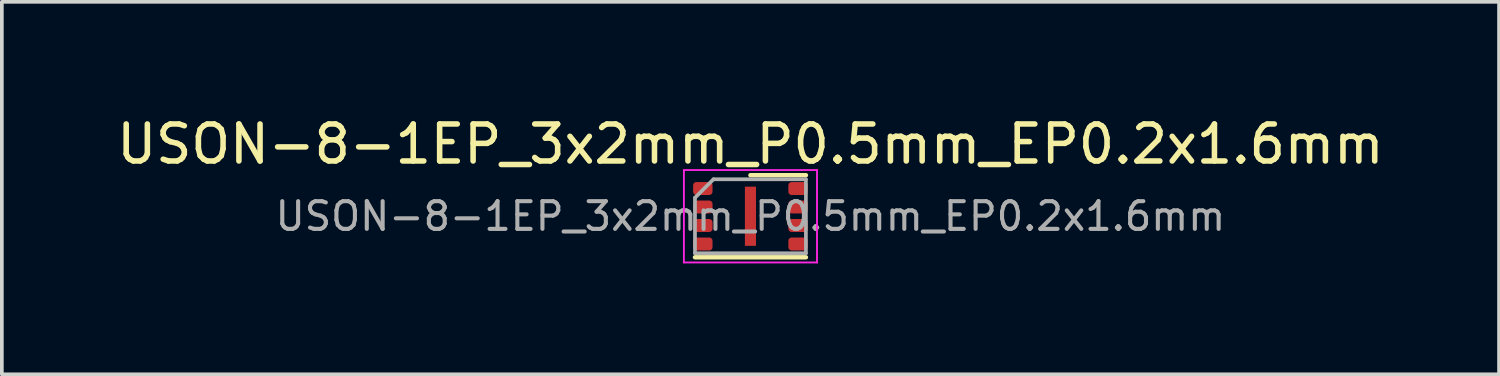
<source format=kicad_pcb>
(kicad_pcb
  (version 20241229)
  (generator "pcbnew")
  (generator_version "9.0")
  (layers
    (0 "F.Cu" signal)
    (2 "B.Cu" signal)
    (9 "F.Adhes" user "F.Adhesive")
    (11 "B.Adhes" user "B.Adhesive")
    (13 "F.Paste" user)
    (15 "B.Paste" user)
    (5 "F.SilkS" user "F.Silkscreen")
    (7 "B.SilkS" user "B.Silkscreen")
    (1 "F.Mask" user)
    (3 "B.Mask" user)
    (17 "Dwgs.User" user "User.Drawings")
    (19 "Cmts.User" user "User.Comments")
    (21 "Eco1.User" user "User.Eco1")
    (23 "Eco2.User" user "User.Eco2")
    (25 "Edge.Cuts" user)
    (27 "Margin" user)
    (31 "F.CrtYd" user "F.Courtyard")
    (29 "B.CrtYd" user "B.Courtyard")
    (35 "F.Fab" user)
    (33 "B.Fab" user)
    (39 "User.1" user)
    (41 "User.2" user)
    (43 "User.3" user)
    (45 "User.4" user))
  (footprint "USON-8-1EP_3x2mm_P0.5mm_EP0.2x1.6mm"
    (layer "F.Cu")
    (at 17.244 2.798)
    (property "Reference" "USON-8-1EP_3x2mm_P0.5mm_EP0.2x1.6mm" (at 0 -1.95 0) (layer "F.SilkS") (effects (font (size 1 1) (thickness 0.15))))
    (attr smd)
    (fp_line (start -1.5 1.11) (end 1.5 1.11) (stroke (width 0.12) (type solid)) (layer "F.SilkS"))
    (fp_line (start 0 -1.11) (end 1.5 -1.11) (stroke (width 0.12) (type solid)) (layer "F.SilkS"))
    (fp_line (start -1.8 -1.25) (end -1.8 1.25) (stroke (width 0.05) (type solid)) (layer "F.CrtYd"))
    (fp_line (start -1.8 1.25) (end 1.8 1.25) (stroke (width 0.05) (type solid)) (layer "F.CrtYd"))
    (fp_line (start 1.8 -1.25) (end -1.8 -1.25) (stroke (width 0.05) (type solid)) (layer "F.CrtYd"))
    (fp_line (start 1.8 1.25) (end 1.8 -1.25) (stroke (width 0.05) (type solid)) (layer "F.CrtYd"))
    (fp_line (start -1.5 -0.5) (end -1 -1) (stroke (width 0.1) (type solid)) (layer "F.Fab"))
    (fp_line (start -1.5 1) (end -1.5 -0.5) (stroke (width 0.1) (type solid)) (layer "F.Fab"))
    (fp_line (start -1 -1) (end 1.5 -1) (stroke (width 0.1) (type solid)) (layer "F.Fab"))
    (fp_line (start 1.5 -1) (end 1.5 1) (stroke (width 0.1) (type solid)) (layer "F.Fab"))
    (fp_line (start 1.5 1) (end -1.5 1) (stroke (width 0.1) (type solid)) (layer "F.Fab"))
    (fp_text user "${REFERENCE}" (at 0 0 0) (layer "F.Fab") (effects (font (size 0.75 0.75) (thickness 0.11))))
    (pad "1" smd roundrect (at -1.288 -0.75) (size 0.525 0.35) (layers "F.Cu" "F.Mask" "F.Paste") (roundrect_rratio 0.25))
    (pad "2" smd roundrect (at -1.288 -0.25) (size 0.525 0.35) (layers "F.Cu" "F.Mask" "F.Paste") (roundrect_rratio 0.25))
    (pad "3" smd roundrect (at -1.288 0.25) (size 0.525 0.35) (layers "F.Cu" "F.Mask" "F.Paste") (roundrect_rratio 0.25))
    (pad "4" smd roundrect (at -1.288 0.75) (size 0.525 0.35) (layers "F.Cu" "F.Mask" "F.Paste") (roundrect_rratio 0.25))
    (pad "5" smd roundrect (at 1.288 0.75) (size 0.525 0.35) (layers "F.Cu" "F.Mask" "F.Paste") (roundrect_rratio 0.25))
    (pad "6" smd roundrect (at 1.288 0.25) (size 0.525 0.35) (layers "F.Cu" "F.Mask" "F.Paste") (roundrect_rratio 0.25))
    (pad "7" smd roundrect (at 1.288 -0.25) (size 0.525 0.35) (layers "F.Cu" "F.Mask" "F.Paste") (roundrect_rratio 0.25))
    (pad "8" smd roundrect (at 1.288 -0.75) (size 0.525 0.35) (layers "F.Cu" "F.Mask" "F.Paste") (roundrect_rratio 0.25))
    (pad "9" smd rect (at 0 0) (size 0.3 1.6) (layers "F.Cu" "F.Mask" "F.Paste")))
  (gr_rect
    (start -3 -3)
    (end 37.488 7.073)
    (stroke (width 0.1) (type default))
    (fill no)
    (layer "Edge.Cuts")))
</source>
